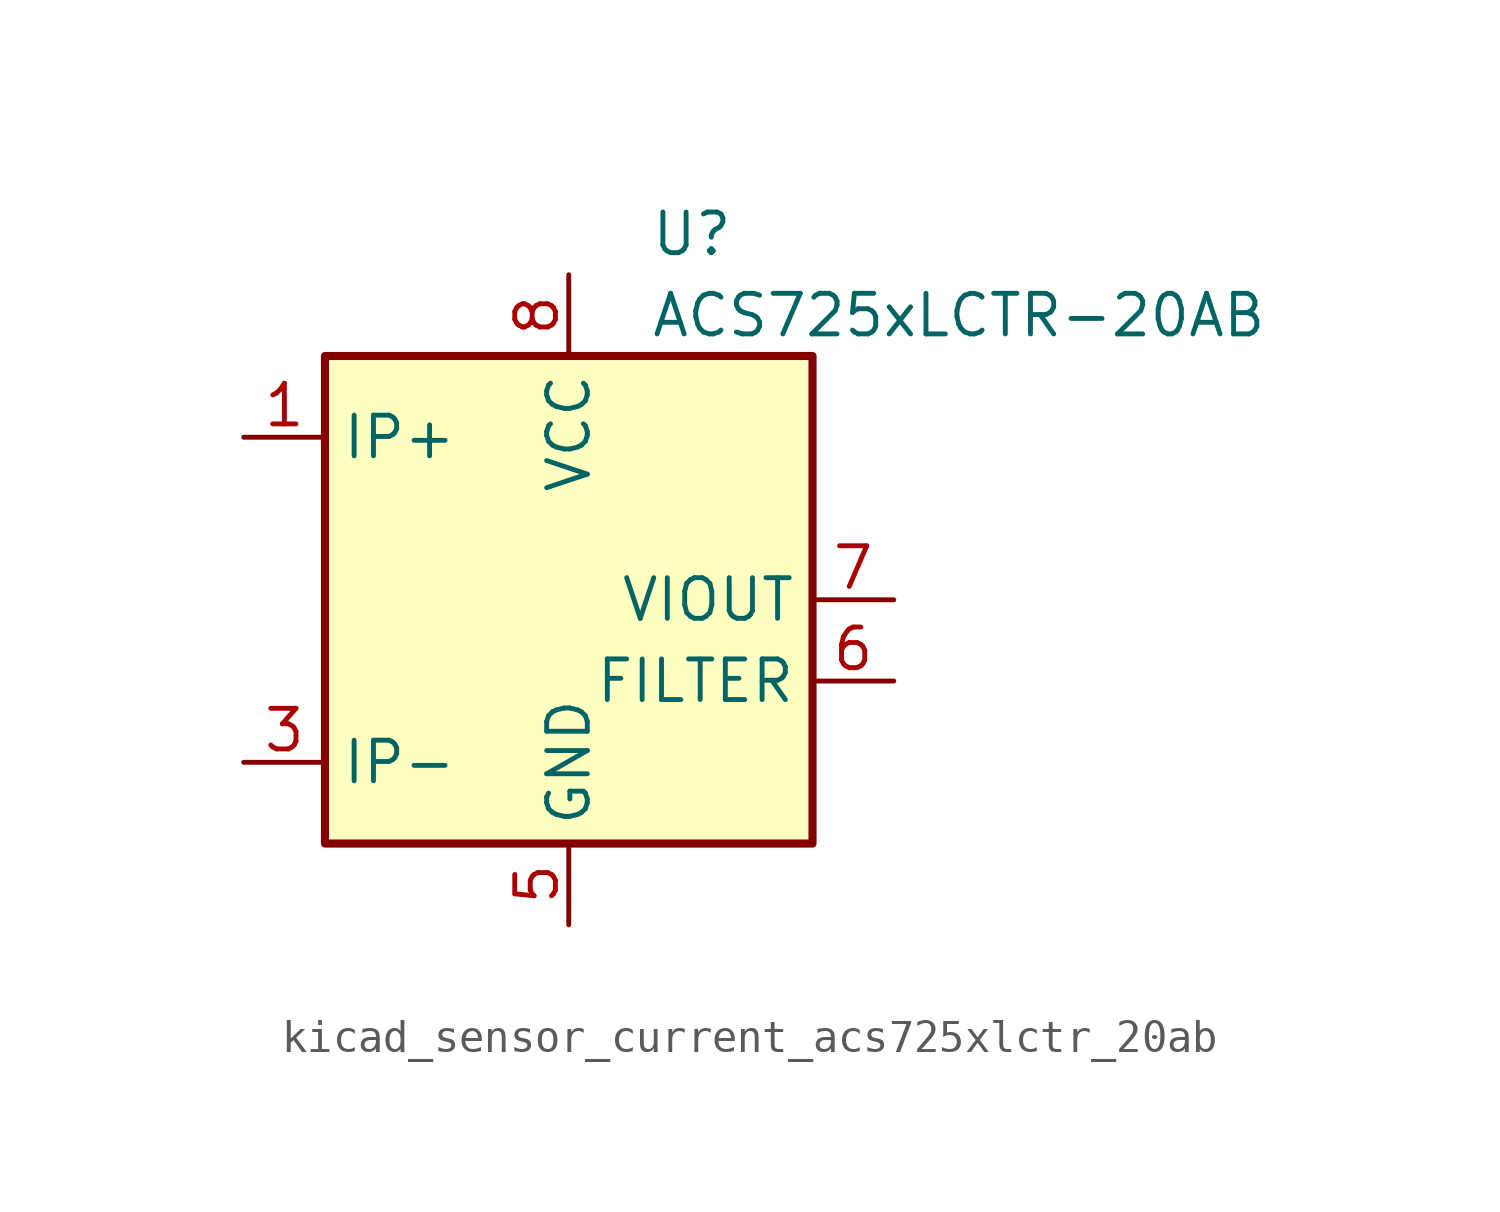
<source format=kicad_sym>
(kicad_symbol_lib
  (version 20220914)
  (generator kicad_symbol_editor)
  (symbol "kicad_sensor_current_acs725xlctr_20ab"
    (property "Reference" "U"
      (at 2.54 11.43 0)
      (effects (font (size 1.27 1.27)) (justify left)))
    (property "Value" "ACS725xLCTR-20AB"
      (at 2.54 8.89 0)
      (effects (font (size 1.27 1.27)) (justify left)))
    (symbol "kicad_sensor_current_acs725xlctr_20ab_0_1"
      (rectangle (start -7.62 7.62) (end 7.62 -7.62) (stroke (width 0.254) (type default)) (fill (type background))))
    (symbol "kicad_sensor_current_acs725xlctr_20ab_1_1"
      (pin passive line (at -10.16 5.08 0) (length 2.54) (name "IP+" (effects (font (size 1.27 1.27)))) (number "1" (effects (font (size 1.27 1.27)))))
      (pin passive line (at -10.16 5.08 0) (length 2.54) hide (name "IP+" (effects (font (size 1.27 1.27)))) (number "2" (effects (font (size 1.27 1.27)))))
      (pin passive line (at -10.16 -5.08 0) (length 2.54) (name "IP-" (effects (font (size 1.27 1.27)))) (number "3" (effects (font (size 1.27 1.27)))))
      (pin passive line (at -10.16 -5.08 0) (length 2.54) hide (name "IP-" (effects (font (size 1.27 1.27)))) (number "4" (effects (font (size 1.27 1.27)))))
      (pin power_in line (at 0 -10.16 90) (length 2.54) (name "GND" (effects (font (size 1.27 1.27)))) (number "5" (effects (font (size 1.27 1.27)))))
      (pin passive line (at 10.16 -2.54 180) (length 2.54) (name "FILTER" (effects (font (size 1.27 1.27)))) (number "6" (effects (font (size 1.27 1.27)))))
      (pin output line (at 10.16 0 180) (length 2.54) (name "VIOUT" (effects (font (size 1.27 1.27)))) (number "7" (effects (font (size 1.27 1.27)))))
      (pin power_in line (at 0 10.16 270) (length 2.54) (name "VCC" (effects (font (size 1.27 1.27)))) (number "8" (effects (font (size 1.27 1.27))))))))
</source>
